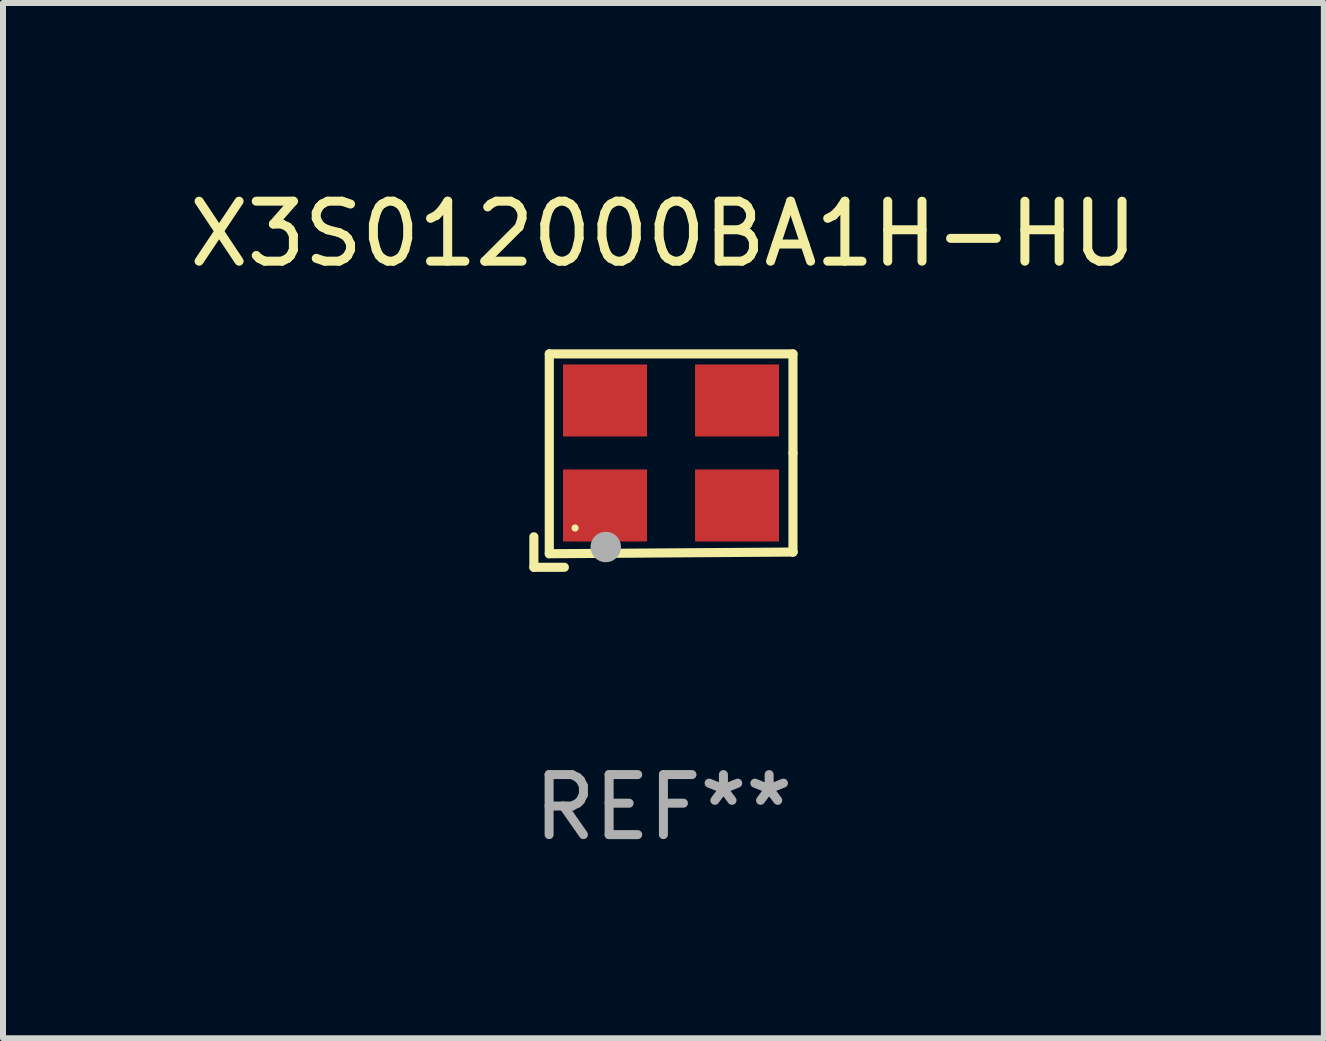
<source format=kicad_pcb>
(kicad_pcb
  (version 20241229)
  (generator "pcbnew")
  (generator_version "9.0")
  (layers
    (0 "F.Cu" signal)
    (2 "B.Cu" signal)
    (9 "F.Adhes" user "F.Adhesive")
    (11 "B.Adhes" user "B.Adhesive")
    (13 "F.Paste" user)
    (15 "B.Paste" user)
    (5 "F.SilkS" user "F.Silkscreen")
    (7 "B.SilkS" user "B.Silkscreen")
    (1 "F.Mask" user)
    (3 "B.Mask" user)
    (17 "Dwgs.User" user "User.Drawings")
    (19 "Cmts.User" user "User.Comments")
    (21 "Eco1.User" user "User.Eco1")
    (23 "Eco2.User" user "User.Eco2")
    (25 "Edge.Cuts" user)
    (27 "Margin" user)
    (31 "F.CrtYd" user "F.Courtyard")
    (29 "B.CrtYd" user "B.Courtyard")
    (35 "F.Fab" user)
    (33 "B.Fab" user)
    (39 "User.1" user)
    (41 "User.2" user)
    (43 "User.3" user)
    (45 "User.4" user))
  (footprint "X3S012000BA1H-HU"
    (layer "F.Cu")
    (at 8.006 4.626)
    (property "Reference" "X3S012000BA1H-HU" (at 0 -3.778 0) (layer "F.SilkS") (effects (font (size 1 1) (thickness 0.15))))
    (attr through_hole)
    (fp_line (start -2.159 1.27) (end -2.159 1.778) (stroke (width 0.152) (type solid)) (layer "F.SilkS"))
    (fp_line (start -2.159 1.778) (end -1.651 1.778) (stroke (width 0.152) (type solid)) (layer "F.SilkS"))
    (fp_line (start -1.902 -1.778) (end 2.159 -1.778) (stroke (width 0.152) (type solid)) (layer "F.SilkS"))
    (fp_line (start -1.902 1.552) (end -1.902 -1.778) (stroke (width 0.152) (type solid)) (layer "F.SilkS"))
    (fp_line (start 2.159 -1.778) (end 2.159 -0.127) (stroke (width 0.152) (type solid)) (layer "F.SilkS"))
    (fp_line (start 2.159 -0.127) (end 2.159 1.524) (stroke (width 0.152) (type solid)) (layer "F.SilkS"))
    (fp_line (start 2.159 1.524) (end -1.902 1.552) (stroke (width 0.152) (type solid)) (layer "F.SilkS"))
    (fp_line (start 2.159 1.524) (end 2.159 1.524) (stroke (width 0.152) (type solid)) (layer "F.SilkS"))
    (fp_circle (center -1.473 1.123) (end -1.443 1.123) (stroke (width 0.06) (type solid)) (fill no) (layer "F.SilkS"))
    (fp_circle (center -0.961 1.44) (end -0.834 1.44) (stroke (width 0.254) (type solid)) (fill no) (layer "F.Fab"))
    (fp_text user "REF**" (at 0 5.778 0) (layer "F.Fab") (effects (font (size 1 1) (thickness 0.15))))
    (pad "1" smd rect (at -0.973 0.748) (size 1.4 1.2) (layers "F.Cu" "F.Mask" "F.Paste"))
    (pad "2" smd rect (at 1.227 0.748) (size 1.4 1.2) (layers "F.Cu" "F.Mask" "F.Paste"))
    (pad "3" smd rect (at 1.227 -1.002) (size 1.4 1.2) (layers "F.Cu" "F.Mask" "F.Paste"))
    (pad "4" smd rect (at -0.973 -1.002) (size 1.4 1.2) (layers "F.Cu" "F.Mask" "F.Paste")))
  (gr_rect
    (start -3 -3)
    (end 19.012 14.253)
    (stroke (width 0.1) (type default))
    (fill no)
    (layer "Edge.Cuts")))
</source>
